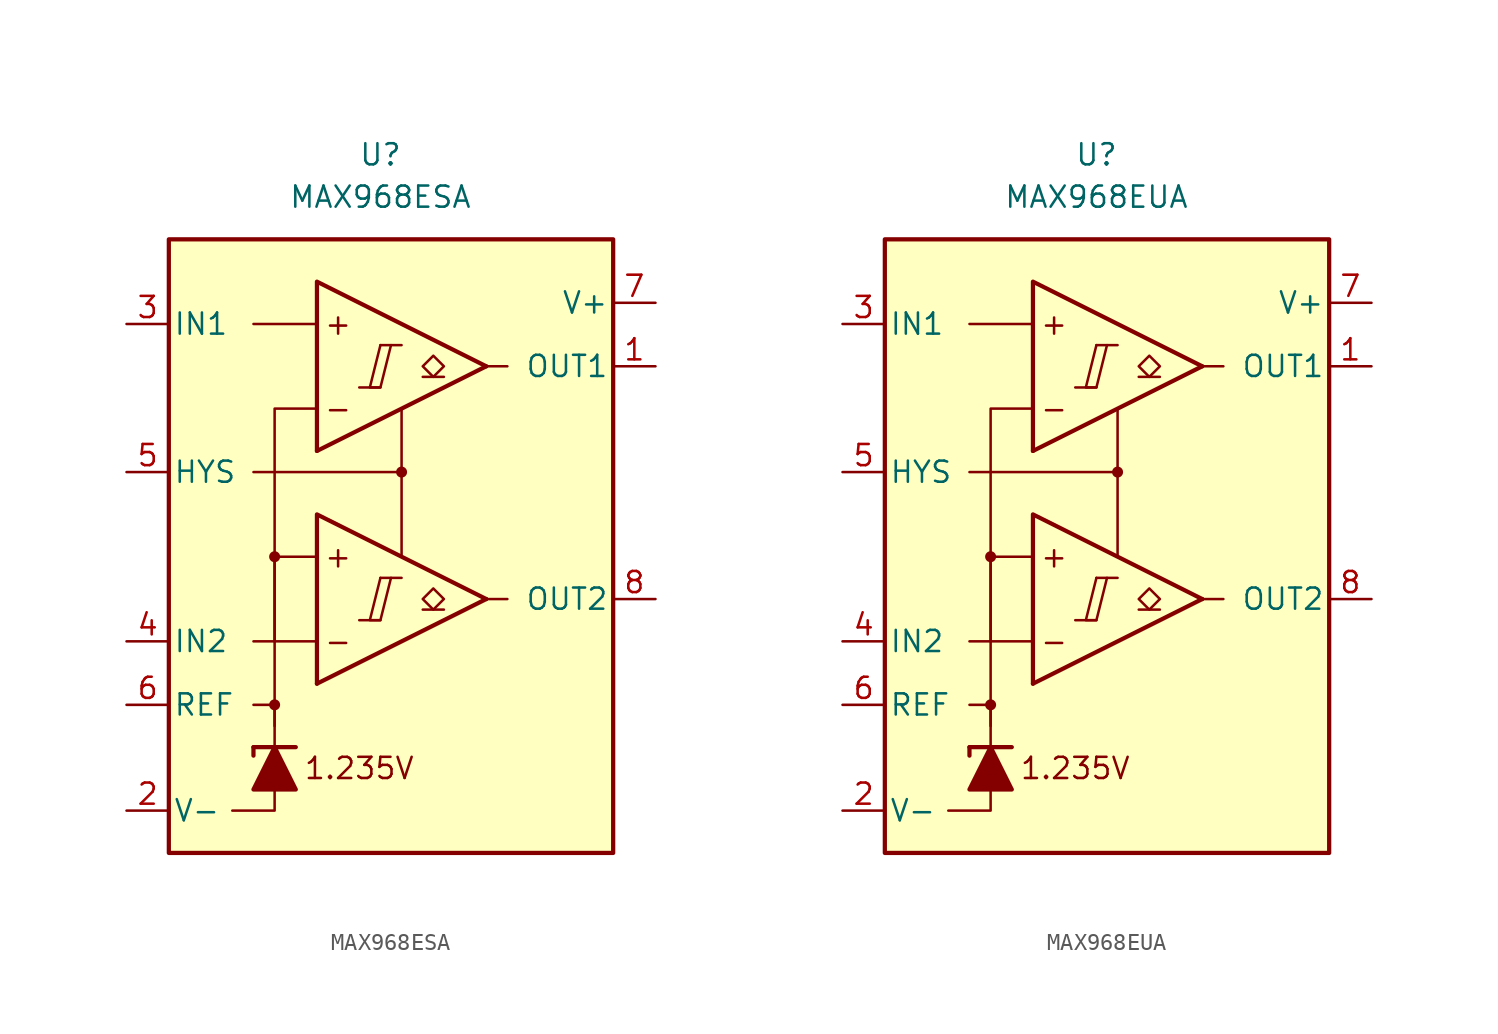
<source format=kicad_sym>
(kicad_symbol_lib
  (version 20231120)
  (generator "kicad_symbol_editor")
  (generator_version "8.0")
  (symbol "MAX968ESA"
    (pin_names
      (offset 0.254))
    (property "Reference" "U"
      (at -1.27 22.86 0)
      (effects (font (size 1.27 1.27))))
    (property "Value" "MAX968ESA"
      (at -1.27 20.32 0)
      (effects (font (size 1.27 1.27))))
    (symbol "MAX968ESA_0_0"
      (rectangle (start -13.97 17.78) (end 12.7 -19.05) (stroke (width 0.254) (type default)) (fill (type background)))
      (circle (center -7.62 -10.16) (radius 0.254) (stroke (width 0.152) (type default)) (fill (type outline)))
      (circle (center -7.62 -1.27) (radius 0.254) (stroke (width 0.152) (type default)) (fill (type outline)))
      (polyline (pts (xy -2.54 -5.08) (xy -1.27 -5.08)) (stroke (width 0.152) (type default)) (fill (type none)))
      (polyline (pts (xy -2.54 8.89) (xy -1.27 8.89)) (stroke (width 0.152) (type default)) (fill (type none)))
      (polyline (pts (xy -1.27 -2.54) (xy 0 -2.54)) (stroke (width 0.152) (type default)) (fill (type none)))
      (polyline (pts (xy -1.27 11.43) (xy 0 11.43)) (stroke (width 0.152) (type default)) (fill (type none)))
      (polyline (pts (xy 5.08 -3.81) (xy -5.08 -8.89)) (stroke (width 0.254) (type default)) (fill (type none)))
      (polyline (pts (xy 5.08 10.16) (xy -5.08 5.08)) (stroke (width 0.254) (type default)) (fill (type none)))
      (polyline (pts (xy 5.08 -3.81) (xy -5.08 1.27) (xy -5.08 -8.89)) (stroke (width 0.254) (type default)) (fill (type background)))
      (polyline (pts (xy 5.08 10.16) (xy -5.08 15.24) (xy -5.08 5.08)) (stroke (width 0.254) (type default)) (fill (type background)))
      (polyline (pts (xy -1.27 -2.54) (xy -1.905 -5.08) (xy -1.27 -5.08) (xy -0.635 -2.54)) (stroke (width 0.152) (type default)) (fill (type none)))
      (polyline (pts (xy -1.27 11.43) (xy -1.905 8.89) (xy -1.27 8.89) (xy -0.635 11.43)) (stroke (width 0.152) (type default)) (fill (type none)))
      (circle (center 0 3.81) (radius 0.254) (stroke (width 0.152) (type default)) (fill (type outline)))
      (text "+" (at -3.81 -1.27 0) (effects (font (size 1.27 1.27))))
      (text "+" (at -3.81 12.7 0) (effects (font (size 1.27 1.27))))
      (text "-" (at -3.81 -6.35 0) (effects (font (size 1.27 1.27))))
      (text "-" (at -3.81 7.62 0) (effects (font (size 1.27 1.27))))
      (text "1.235V" (at -2.54 -13.97 0) (effects (font (size 1.27 1.27)))))
    (symbol "MAX968ESA_0_1"
      (polyline (pts (xy -8.89 -12.7) (xy -8.89 -13.208)) (stroke (width 0.254) (type default)) (fill (type none)))
      (polyline (pts (xy -8.89 -12.7) (xy -6.35 -12.7)) (stroke (width 0.254) (type default)) (fill (type none)))
      (polyline (pts (xy -5.08 -6.35) (xy -8.89 -6.35)) (stroke (width 0) (type default)) (fill (type none)))
      (polyline (pts (xy -5.08 12.7) (xy -8.89 12.7)) (stroke (width 0) (type default)) (fill (type none)))
      (polyline (pts (xy 0 3.81) (xy 0 -1.27)) (stroke (width 0) (type default)) (fill (type none)))
      (polyline (pts (xy 5.08 -3.81) (xy 6.35 -3.81)) (stroke (width 0) (type default)) (fill (type none)))
      (polyline (pts (xy 5.08 10.16) (xy 6.35 10.16)) (stroke (width 0) (type default)) (fill (type none)))
      (polyline (pts (xy -7.62 -15.24) (xy -7.62 -16.51) (xy -10.16 -16.51)) (stroke (width 0) (type default)) (fill (type none)))
      (polyline (pts (xy -7.62 -12.7) (xy -7.62 -10.16) (xy -8.89 -10.16)) (stroke (width 0) (type default)) (fill (type none)))
      (polyline (pts (xy -7.62 -11.43) (xy -7.62 -1.27) (xy -5.08 -1.27)) (stroke (width 0) (type default)) (fill (type none)))
      (polyline (pts (xy -7.62 -6.35) (xy -7.62 7.62) (xy -5.08 7.62)) (stroke (width 0) (type default)) (fill (type none)))
      (polyline (pts (xy 0 7.62) (xy 0 3.81) (xy -8.89 3.81)) (stroke (width 0) (type default)) (fill (type none)))
      (polyline (pts (xy -6.35 -15.24) (xy -8.89 -15.24) (xy -7.62 -12.7) (xy -6.35 -15.24)) (stroke (width 0.254) (type default)) (fill (type outline))))
    (symbol "MAX968ESA_1_1"
      (polyline (pts (xy 2.54 -4.445) (xy 1.27 -4.445)) (stroke (width 0.152) (type default)) (fill (type none)))
      (polyline (pts (xy 2.54 9.525) (xy 1.27 9.525)) (stroke (width 0.152) (type default)) (fill (type none)))
      (polyline (pts (xy 1.905 -4.445) (xy 1.27 -3.81) (xy 1.905 -3.175) (xy 2.54 -3.81) (xy 1.905 -4.445)) (stroke (width 0.152) (type default)) (fill (type none)))
      (polyline (pts (xy 1.905 9.525) (xy 1.27 10.16) (xy 1.905 10.795) (xy 2.54 10.16) (xy 1.905 9.525)) (stroke (width 0.152) (type default)) (fill (type none)))
      (pin output line (at 15.24 10.16 180) (length 2.54) (name "OUT1" (effects (font (size 1.27 1.27)))) (number "1" (effects (font (size 1.27 1.27)))))
      (pin power_in line (at -16.51 -16.51 0) (length 2.54) (name "V-" (effects (font (size 1.27 1.27)))) (number "2" (effects (font (size 1.27 1.27)))))
      (pin input line (at -16.51 12.7 0) (length 2.54) (name "IN1" (effects (font (size 1.27 1.27)))) (number "3" (effects (font (size 1.27 1.27)))))
      (pin input line (at -16.51 -6.35 0) (length 2.54) (name "IN2" (effects (font (size 1.27 1.27)))) (number "4" (effects (font (size 1.27 1.27)))))
      (pin input line (at -16.51 3.81 0) (length 2.54) (name "HYS" (effects (font (size 1.27 1.27)))) (number "5" (effects (font (size 1.27 1.27)))))
      (pin output line (at -16.51 -10.16 0) (length 2.54) (name "REF" (effects (font (size 1.27 1.27)))) (number "6" (effects (font (size 1.27 1.27)))))
      (pin power_in line (at 15.24 13.97 180) (length 2.54) (name "V+" (effects (font (size 1.27 1.27)))) (number "7" (effects (font (size 1.27 1.27)))))
      (pin output line (at 15.24 -3.81 180) (length 2.54) (name "OUT2" (effects (font (size 1.27 1.27)))) (number "8" (effects (font (size 1.27 1.27)))))))
  (symbol "MAX968EUA"
    (pin_names
      (offset 0.254))
    (property "Reference" "U"
      (at -1.27 22.86 0)
      (effects (font (size 1.27 1.27))))
    (property "Value" "MAX968EUA"
      (at -1.27 20.32 0)
      (effects (font (size 1.27 1.27))))
    (symbol "MAX968EUA_0_0"
      (rectangle (start -13.97 17.78) (end 12.7 -19.05) (stroke (width 0.254) (type default)) (fill (type background)))
      (circle (center -7.62 -10.16) (radius 0.254) (stroke (width 0.152) (type default)) (fill (type outline)))
      (circle (center -7.62 -1.27) (radius 0.254) (stroke (width 0.152) (type default)) (fill (type outline)))
      (polyline (pts (xy -2.54 -5.08) (xy -1.27 -5.08)) (stroke (width 0.152) (type default)) (fill (type none)))
      (polyline (pts (xy -2.54 8.89) (xy -1.27 8.89)) (stroke (width 0.152) (type default)) (fill (type none)))
      (polyline (pts (xy -1.27 -2.54) (xy 0 -2.54)) (stroke (width 0.152) (type default)) (fill (type none)))
      (polyline (pts (xy -1.27 11.43) (xy 0 11.43)) (stroke (width 0.152) (type default)) (fill (type none)))
      (polyline (pts (xy 5.08 -3.81) (xy -5.08 -8.89)) (stroke (width 0.254) (type default)) (fill (type none)))
      (polyline (pts (xy 5.08 10.16) (xy -5.08 5.08)) (stroke (width 0.254) (type default)) (fill (type none)))
      (polyline (pts (xy 5.08 -3.81) (xy -5.08 1.27) (xy -5.08 -8.89)) (stroke (width 0.254) (type default)) (fill (type background)))
      (polyline (pts (xy 5.08 10.16) (xy -5.08 15.24) (xy -5.08 5.08)) (stroke (width 0.254) (type default)) (fill (type background)))
      (polyline (pts (xy -1.27 -2.54) (xy -1.905 -5.08) (xy -1.27 -5.08) (xy -0.635 -2.54)) (stroke (width 0.152) (type default)) (fill (type none)))
      (polyline (pts (xy -1.27 11.43) (xy -1.905 8.89) (xy -1.27 8.89) (xy -0.635 11.43)) (stroke (width 0.152) (type default)) (fill (type none)))
      (circle (center 0 3.81) (radius 0.254) (stroke (width 0.152) (type default)) (fill (type outline)))
      (text "+" (at -3.81 -1.27 0) (effects (font (size 1.27 1.27))))
      (text "+" (at -3.81 12.7 0) (effects (font (size 1.27 1.27))))
      (text "-" (at -3.81 -6.35 0) (effects (font (size 1.27 1.27))))
      (text "-" (at -3.81 7.62 0) (effects (font (size 1.27 1.27))))
      (text "1.235V" (at -2.54 -13.97 0) (effects (font (size 1.27 1.27)))))
    (symbol "MAX968EUA_0_1"
      (polyline (pts (xy -8.89 -12.7) (xy -8.89 -13.208)) (stroke (width 0.254) (type default)) (fill (type none)))
      (polyline (pts (xy -8.89 -12.7) (xy -6.35 -12.7)) (stroke (width 0.254) (type default)) (fill (type none)))
      (polyline (pts (xy -5.08 -6.35) (xy -8.89 -6.35)) (stroke (width 0) (type default)) (fill (type none)))
      (polyline (pts (xy -5.08 12.7) (xy -8.89 12.7)) (stroke (width 0) (type default)) (fill (type none)))
      (polyline (pts (xy 0 3.81) (xy 0 -1.27)) (stroke (width 0) (type default)) (fill (type none)))
      (polyline (pts (xy 5.08 -3.81) (xy 6.35 -3.81)) (stroke (width 0) (type default)) (fill (type none)))
      (polyline (pts (xy 5.08 10.16) (xy 6.35 10.16)) (stroke (width 0) (type default)) (fill (type none)))
      (polyline (pts (xy -7.62 -15.24) (xy -7.62 -16.51) (xy -10.16 -16.51)) (stroke (width 0) (type default)) (fill (type none)))
      (polyline (pts (xy -7.62 -12.7) (xy -7.62 -10.16) (xy -8.89 -10.16)) (stroke (width 0) (type default)) (fill (type none)))
      (polyline (pts (xy -7.62 -11.43) (xy -7.62 -1.27) (xy -5.08 -1.27)) (stroke (width 0) (type default)) (fill (type none)))
      (polyline (pts (xy -7.62 -6.35) (xy -7.62 7.62) (xy -5.08 7.62)) (stroke (width 0) (type default)) (fill (type none)))
      (polyline (pts (xy 0 7.62) (xy 0 3.81) (xy -8.89 3.81)) (stroke (width 0) (type default)) (fill (type none)))
      (polyline (pts (xy -6.35 -15.24) (xy -8.89 -15.24) (xy -7.62 -12.7) (xy -6.35 -15.24)) (stroke (width 0.254) (type default)) (fill (type outline))))
    (symbol "MAX968EUA_1_1"
      (polyline (pts (xy 2.54 -4.445) (xy 1.27 -4.445)) (stroke (width 0.152) (type default)) (fill (type none)))
      (polyline (pts (xy 2.54 9.525) (xy 1.27 9.525)) (stroke (width 0.152) (type default)) (fill (type none)))
      (polyline (pts (xy 1.905 -4.445) (xy 1.27 -3.81) (xy 1.905 -3.175) (xy 2.54 -3.81) (xy 1.905 -4.445)) (stroke (width 0.152) (type default)) (fill (type none)))
      (polyline (pts (xy 1.905 9.525) (xy 1.27 10.16) (xy 1.905 10.795) (xy 2.54 10.16) (xy 1.905 9.525)) (stroke (width 0.152) (type default)) (fill (type none)))
      (pin output line (at 15.24 10.16 180) (length 2.54) (name "OUT1" (effects (font (size 1.27 1.27)))) (number "1" (effects (font (size 1.27 1.27)))))
      (pin power_in line (at -16.51 -16.51 0) (length 2.54) (name "V-" (effects (font (size 1.27 1.27)))) (number "2" (effects (font (size 1.27 1.27)))))
      (pin input line (at -16.51 12.7 0) (length 2.54) (name "IN1" (effects (font (size 1.27 1.27)))) (number "3" (effects (font (size 1.27 1.27)))))
      (pin input line (at -16.51 -6.35 0) (length 2.54) (name "IN2" (effects (font (size 1.27 1.27)))) (number "4" (effects (font (size 1.27 1.27)))))
      (pin input line (at -16.51 3.81 0) (length 2.54) (name "HYS" (effects (font (size 1.27 1.27)))) (number "5" (effects (font (size 1.27 1.27)))))
      (pin output line (at -16.51 -10.16 0) (length 2.54) (name "REF" (effects (font (size 1.27 1.27)))) (number "6" (effects (font (size 1.27 1.27)))))
      (pin power_in line (at 15.24 13.97 180) (length 2.54) (name "V+" (effects (font (size 1.27 1.27)))) (number "7" (effects (font (size 1.27 1.27)))))
      (pin output line (at 15.24 -3.81 180) (length 2.54) (name "OUT2" (effects (font (size 1.27 1.27)))) (number "8" (effects (font (size 1.27 1.27))))))))
</source>
